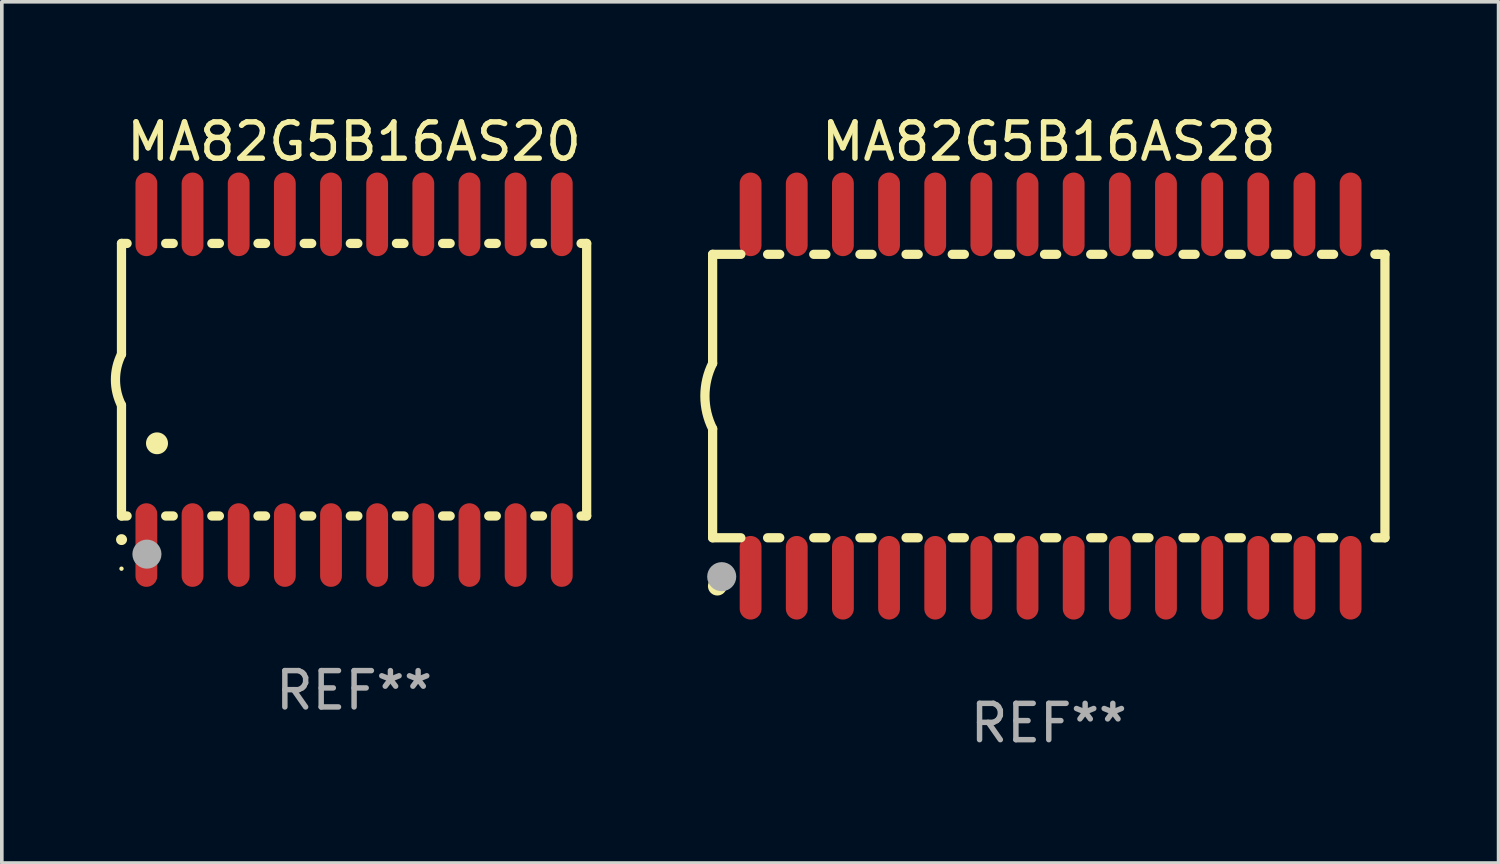
<source format=kicad_pcb>
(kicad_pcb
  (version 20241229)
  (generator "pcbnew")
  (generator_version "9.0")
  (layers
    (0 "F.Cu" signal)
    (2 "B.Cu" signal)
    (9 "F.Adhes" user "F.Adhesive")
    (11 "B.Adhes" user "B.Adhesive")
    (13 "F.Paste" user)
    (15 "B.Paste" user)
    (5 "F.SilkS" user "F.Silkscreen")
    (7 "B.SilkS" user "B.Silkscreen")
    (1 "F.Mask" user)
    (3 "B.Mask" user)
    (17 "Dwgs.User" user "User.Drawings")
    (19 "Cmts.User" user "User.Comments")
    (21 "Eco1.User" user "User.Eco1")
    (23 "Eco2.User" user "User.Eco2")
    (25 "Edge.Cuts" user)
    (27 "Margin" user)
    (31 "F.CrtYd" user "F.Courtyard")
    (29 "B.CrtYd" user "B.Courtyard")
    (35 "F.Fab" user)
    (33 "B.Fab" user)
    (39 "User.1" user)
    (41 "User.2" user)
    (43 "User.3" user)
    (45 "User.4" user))
  (footprint "MA82G5B16AS20"
    (layer "F.Cu")
    (at 6.693 7.398)
    (property "Reference" "MA82G5B16AS20" (at 0 -6.55 0) (layer "F.SilkS") (effects (font (size 1 1) (thickness 0.15))))
    (attr through_hole)
    (fp_line (start -6.4 -3.75) (end -6.4 -0.7) (stroke (width 0.254) (type solid)) (layer "F.SilkS"))
    (fp_line (start -6.4 -3.75) (end -6.246 -3.75) (stroke (width 0.254) (type solid)) (layer "F.SilkS"))
    (fp_line (start -6.4 3.75) (end -6.4 0.7) (stroke (width 0.254) (type solid)) (layer "F.SilkS"))
    (fp_line (start -6.246 3.75) (end -6.4 3.75) (stroke (width 0.254) (type solid)) (layer "F.SilkS"))
    (fp_line (start -5.184 -3.75) (end -4.976 -3.75) (stroke (width 0.254) (type solid)) (layer "F.SilkS"))
    (fp_line (start -4.976 3.75) (end -5.184 3.75) (stroke (width 0.254) (type solid)) (layer "F.SilkS"))
    (fp_line (start -3.914 -3.75) (end -3.706 -3.75) (stroke (width 0.254) (type solid)) (layer "F.SilkS"))
    (fp_line (start -3.706 3.75) (end -3.914 3.75) (stroke (width 0.254) (type solid)) (layer "F.SilkS"))
    (fp_line (start -2.644 -3.75) (end -2.436 -3.75) (stroke (width 0.254) (type solid)) (layer "F.SilkS"))
    (fp_line (start -2.436 3.75) (end -2.644 3.75) (stroke (width 0.254) (type solid)) (layer "F.SilkS"))
    (fp_line (start -1.374 -3.75) (end -1.166 -3.75) (stroke (width 0.254) (type solid)) (layer "F.SilkS"))
    (fp_line (start -1.166 3.75) (end -1.374 3.75) (stroke (width 0.254) (type solid)) (layer "F.SilkS"))
    (fp_line (start -0.104 -3.75) (end 0.104 -3.75) (stroke (width 0.254) (type solid)) (layer "F.SilkS"))
    (fp_line (start 0.104 3.75) (end -0.104 3.75) (stroke (width 0.254) (type solid)) (layer "F.SilkS"))
    (fp_line (start 1.166 -3.75) (end 1.374 -3.75) (stroke (width 0.254) (type solid)) (layer "F.SilkS"))
    (fp_line (start 1.374 3.75) (end 1.166 3.75) (stroke (width 0.254) (type solid)) (layer "F.SilkS"))
    (fp_line (start 2.436 -3.75) (end 2.644 -3.75) (stroke (width 0.254) (type solid)) (layer "F.SilkS"))
    (fp_line (start 2.644 3.75) (end 2.436 3.75) (stroke (width 0.254) (type solid)) (layer "F.SilkS"))
    (fp_line (start 3.706 -3.75) (end 3.914 -3.75) (stroke (width 0.254) (type solid)) (layer "F.SilkS"))
    (fp_line (start 3.914 3.75) (end 3.706 3.75) (stroke (width 0.254) (type solid)) (layer "F.SilkS"))
    (fp_line (start 4.976 -3.75) (end 5.184 -3.75) (stroke (width 0.254) (type solid)) (layer "F.SilkS"))
    (fp_line (start 5.184 3.75) (end 4.976 3.75) (stroke (width 0.254) (type solid)) (layer "F.SilkS"))
    (fp_line (start 6.246 -3.75) (end 6.4 -3.75) (stroke (width 0.254) (type solid)) (layer "F.SilkS"))
    (fp_line (start 6.4 -3.75) (end 6.4 3.75) (stroke (width 0.254) (type solid)) (layer "F.SilkS"))
    (fp_line (start 6.4 3.75) (end 6.246 3.75) (stroke (width 0.254) (type solid)) (layer "F.SilkS"))
    (fp_arc (start -6.400812 0.701041) (mid -6.565912 0.000428) (end -6.400025 -0.7) (stroke (width 0.254001) (type solid)) (layer "F.SilkS"))
    (fp_arc (start -6.400025 4.4) (mid -6.398755 4.399995) (end -6.397485 4.4) (stroke (width 0.3) (type solid)) (layer "F.SilkS"))
    (fp_arc (start -5.425451 1.750064) (mid -5.422911 1.750053) (end -5.420371 1.750064) (stroke (width 0.6) (type solid)) (layer "F.SilkS"))
    (fp_circle (center -6.4 5.2) (end -6.37 5.2) (stroke (width 0.06) (type solid)) (fill no) (layer "F.SilkS"))
    (fp_circle (center -5.7 4.8) (end -5.5 4.8) (stroke (width 0.4) (type solid)) (fill no) (layer "F.Fab"))
    (fp_text user "REF**" (at 0 8.55 0) (layer "F.Fab") (effects (font (size 1 1) (thickness 0.15))))
    (pad "1" smd oval (at -5.715 4.55 180) (size 0.6 2.3) (layers "F.Cu" "F.Mask" "F.Paste"))
    (pad "2" smd oval (at -4.445 4.55 180) (size 0.6 2.3) (layers "F.Cu" "F.Mask" "F.Paste"))
    (pad "3" smd oval (at -3.175 4.55 180) (size 0.6 2.3) (layers "F.Cu" "F.Mask" "F.Paste"))
    (pad "4" smd oval (at -1.905 4.55 180) (size 0.6 2.3) (layers "F.Cu" "F.Mask" "F.Paste"))
    (pad "5" smd oval (at -0.635 4.55 180) (size 0.6 2.3) (layers "F.Cu" "F.Mask" "F.Paste"))
    (pad "6" smd oval (at 0.635 4.55 180) (size 0.6 2.3) (layers "F.Cu" "F.Mask" "F.Paste"))
    (pad "7" smd oval (at 1.905 4.55 180) (size 0.6 2.3) (layers "F.Cu" "F.Mask" "F.Paste"))
    (pad "8" smd oval (at 3.175 4.55 180) (size 0.6 2.3) (layers "F.Cu" "F.Mask" "F.Paste"))
    (pad "9" smd oval (at 4.445 4.55 180) (size 0.6 2.3) (layers "F.Cu" "F.Mask" "F.Paste"))
    (pad "10" smd oval (at 5.715 4.55 180) (size 0.6 2.3) (layers "F.Cu" "F.Mask" "F.Paste"))
    (pad "11" smd oval (at 5.715 -4.55 180) (size 0.6 2.3) (layers "F.Cu" "F.Mask" "F.Paste"))
    (pad "12" smd oval (at 4.445 -4.55 180) (size 0.6 2.3) (layers "F.Cu" "F.Mask" "F.Paste"))
    (pad "13" smd oval (at 3.175 -4.55 180) (size 0.6 2.3) (layers "F.Cu" "F.Mask" "F.Paste"))
    (pad "14" smd oval (at 1.905 -4.55 180) (size 0.6 2.3) (layers "F.Cu" "F.Mask" "F.Paste"))
    (pad "15" smd oval (at 0.635 -4.55 180) (size 0.6 2.3) (layers "F.Cu" "F.Mask" "F.Paste"))
    (pad "16" smd oval (at -0.635 -4.55 180) (size 0.6 2.3) (layers "F.Cu" "F.Mask" "F.Paste"))
    (pad "17" smd oval (at -1.905 -4.55 180) (size 0.6 2.3) (layers "F.Cu" "F.Mask" "F.Paste"))
    (pad "18" smd oval (at -3.175 -4.55 180) (size 0.6 2.3) (layers "F.Cu" "F.Mask" "F.Paste"))
    (pad "19" smd oval (at -4.445 -4.55 180) (size 0.6 2.3) (layers "F.Cu" "F.Mask" "F.Paste"))
    (pad "20" smd oval (at -5.715 -4.55 180) (size 0.6 2.3) (layers "F.Cu" "F.Mask" "F.Paste")))
  (footprint "MA82G5B16AS28"
    (layer "F.Cu")
    (at 25.809 7.848)
    (property "Reference" "MA82G5B16AS28" (at 0 -7 0) (layer "F.SilkS") (effects (font (size 1 1) (thickness 0.15))))
    (attr through_hole)
    (fp_line (start -9.25 -3.9) (end -9.25 -0.9) (stroke (width 0.254) (type solid)) (layer "F.SilkS"))
    (fp_line (start -9.25 -3.9) (end -8.473 -3.9) (stroke (width 0.254) (type solid)) (layer "F.SilkS"))
    (fp_line (start -9.25 3.9) (end -9.25 0.9) (stroke (width 0.254) (type solid)) (layer "F.SilkS"))
    (fp_line (start -9.25 3.9) (end -8.473 3.9) (stroke (width 0.254) (type solid)) (layer "F.SilkS"))
    (fp_line (start -7.737 -3.9) (end -7.403 -3.9) (stroke (width 0.254) (type solid)) (layer "F.SilkS"))
    (fp_line (start -7.737 3.9) (end -7.403 3.9) (stroke (width 0.254) (type solid)) (layer "F.SilkS"))
    (fp_line (start -6.467 3.9) (end -6.133 3.9) (stroke (width 0.254) (type solid)) (layer "F.SilkS"))
    (fp_line (start -6.467 -3.9) (end -6.133 -3.9) (stroke (width 0.254) (type solid)) (layer "F.SilkS"))
    (fp_line (start -5.197 3.9) (end -4.863 3.9) (stroke (width 0.254) (type solid)) (layer "F.SilkS"))
    (fp_line (start -5.197 -3.9) (end -4.863 -3.9) (stroke (width 0.254) (type solid)) (layer "F.SilkS"))
    (fp_line (start -3.927 3.9) (end -3.593 3.9) (stroke (width 0.254) (type solid)) (layer "F.SilkS"))
    (fp_line (start -3.927 -3.9) (end -3.593 -3.9) (stroke (width 0.254) (type solid)) (layer "F.SilkS"))
    (fp_line (start -2.657 3.9) (end -2.323 3.9) (stroke (width 0.254) (type solid)) (layer "F.SilkS"))
    (fp_line (start -2.657 -3.9) (end -2.323 -3.9) (stroke (width 0.254) (type solid)) (layer "F.SilkS"))
    (fp_line (start -1.387 3.9) (end -1.053 3.9) (stroke (width 0.254) (type solid)) (layer "F.SilkS"))
    (fp_line (start -1.387 -3.9) (end -1.053 -3.9) (stroke (width 0.254) (type solid)) (layer "F.SilkS"))
    (fp_line (start -0.117 3.9) (end 0.217 3.9) (stroke (width 0.254) (type solid)) (layer "F.SilkS"))
    (fp_line (start -0.117 -3.9) (end 0.217 -3.9) (stroke (width 0.254) (type solid)) (layer "F.SilkS"))
    (fp_line (start 1.153 3.9) (end 1.487 3.9) (stroke (width 0.254) (type solid)) (layer "F.SilkS"))
    (fp_line (start 1.153 -3.9) (end 1.487 -3.9) (stroke (width 0.254) (type solid)) (layer "F.SilkS"))
    (fp_line (start 2.423 3.9) (end 2.757 3.9) (stroke (width 0.254) (type solid)) (layer "F.SilkS"))
    (fp_line (start 2.423 -3.9) (end 2.757 -3.9) (stroke (width 0.254) (type solid)) (layer "F.SilkS"))
    (fp_line (start 3.693 3.9) (end 4.027 3.9) (stroke (width 0.254) (type solid)) (layer "F.SilkS"))
    (fp_line (start 3.693 -3.9) (end 4.027 -3.9) (stroke (width 0.254) (type solid)) (layer "F.SilkS"))
    (fp_line (start 4.963 3.9) (end 5.297 3.9) (stroke (width 0.254) (type solid)) (layer "F.SilkS"))
    (fp_line (start 4.963 -3.9) (end 5.297 -3.9) (stroke (width 0.254) (type solid)) (layer "F.SilkS"))
    (fp_line (start 6.233 3.9) (end 6.567 3.9) (stroke (width 0.254) (type solid)) (layer "F.SilkS"))
    (fp_line (start 6.233 -3.9) (end 6.567 -3.9) (stroke (width 0.254) (type solid)) (layer "F.SilkS"))
    (fp_line (start 7.503 -3.9) (end 7.837 -3.9) (stroke (width 0.254) (type solid)) (layer "F.SilkS"))
    (fp_line (start 7.503 3.9) (end 7.837 3.9) (stroke (width 0.254) (type solid)) (layer "F.SilkS"))
    (fp_line (start 8.973 -3.9) (end 9.05 -3.9) (stroke (width 0.254) (type solid)) (layer "F.SilkS"))
    (fp_line (start 8.973 3.9) (end 9.25 3.9) (stroke (width 0.254) (type solid)) (layer "F.SilkS"))
    (fp_line (start 9.05 -3.9) (end 9.25 -3.9) (stroke (width 0.254) (type solid)) (layer "F.SilkS"))
    (fp_line (start 9.25 -3.9) (end 9.25 3.9) (stroke (width 0.254) (type solid)) (layer "F.SilkS"))
    (fp_arc (start -9.249619 0.900432) (mid -9.462013 0.000246) (end -9.249873 -0.9) (stroke (width 0.254001) (type solid)) (layer "F.SilkS"))
    (fp_circle (center -9.2 5.3) (end -9.17 5.3) (stroke (width 0.06) (type solid)) (fill no) (layer "F.SilkS"))
    (fp_circle (center -9.12 5.23) (end -8.988 5.23) (stroke (width 0.254) (type solid)) (fill no) (layer "F.SilkS"))
    (fp_circle (center -9 4.97) (end -8.8 4.97) (stroke (width 0.4) (type solid)) (fill no) (layer "F.Fab"))
    (fp_text user "REF**" (at 0 9 0) (layer "F.Fab") (effects (font (size 1 1) (thickness 0.15))))
    (pad "1" smd oval (at -8.205 5) (size 0.6 2.3) (layers "F.Cu" "F.Mask" "F.Paste"))
    (pad "2" smd oval (at -6.935 5) (size 0.6 2.3) (layers "F.Cu" "F.Mask" "F.Paste"))
    (pad "3" smd oval (at -5.665 5) (size 0.6 2.3) (layers "F.Cu" "F.Mask" "F.Paste"))
    (pad "4" smd oval (at -4.395 5) (size 0.6 2.3) (layers "F.Cu" "F.Mask" "F.Paste"))
    (pad "5" smd oval (at -3.125 5) (size 0.6 2.3) (layers "F.Cu" "F.Mask" "F.Paste"))
    (pad "6" smd oval (at -1.855 5) (size 0.6 2.3) (layers "F.Cu" "F.Mask" "F.Paste"))
    (pad "7" smd oval (at -0.585 5) (size 0.6 2.3) (layers "F.Cu" "F.Mask" "F.Paste"))
    (pad "8" smd oval (at 0.685 5) (size 0.6 2.3) (layers "F.Cu" "F.Mask" "F.Paste"))
    (pad "9" smd oval (at 1.955 5) (size 0.6 2.3) (layers "F.Cu" "F.Mask" "F.Paste"))
    (pad "10" smd oval (at 3.225 5) (size 0.6 2.3) (layers "F.Cu" "F.Mask" "F.Paste"))
    (pad "11" smd oval (at 4.495 5) (size 0.6 2.3) (layers "F.Cu" "F.Mask" "F.Paste"))
    (pad "12" smd oval (at 5.765 5) (size 0.6 2.3) (layers "F.Cu" "F.Mask" "F.Paste"))
    (pad "13" smd oval (at 7.035 5) (size 0.6 2.3) (layers "F.Cu" "F.Mask" "F.Paste"))
    (pad "14" smd oval (at 8.305 5) (size 0.6 2.3) (layers "F.Cu" "F.Mask" "F.Paste"))
    (pad "15" smd oval (at 8.305 -5) (size 0.6 2.3) (layers "F.Cu" "F.Mask" "F.Paste"))
    (pad "16" smd oval (at 7.035 -5) (size 0.6 2.3) (layers "F.Cu" "F.Mask" "F.Paste"))
    (pad "17" smd oval (at 5.765 -5) (size 0.6 2.3) (layers "F.Cu" "F.Mask" "F.Paste"))
    (pad "18" smd oval (at 4.495 -5) (size 0.6 2.3) (layers "F.Cu" "F.Mask" "F.Paste"))
    (pad "19" smd oval (at 3.225 -5) (size 0.6 2.3) (layers "F.Cu" "F.Mask" "F.Paste"))
    (pad "20" smd oval (at 1.955 -5) (size 0.6 2.3) (layers "F.Cu" "F.Mask" "F.Paste"))
    (pad "21" smd oval (at 0.685 -5) (size 0.6 2.3) (layers "F.Cu" "F.Mask" "F.Paste"))
    (pad "22" smd oval (at -0.585 -5) (size 0.6 2.3) (layers "F.Cu" "F.Mask" "F.Paste"))
    (pad "23" smd oval (at -1.855 -5) (size 0.6 2.3) (layers "F.Cu" "F.Mask" "F.Paste"))
    (pad "24" smd oval (at -3.125 -5) (size 0.6 2.3) (layers "F.Cu" "F.Mask" "F.Paste"))
    (pad "25" smd oval (at -4.395 -5) (size 0.6 2.3) (layers "F.Cu" "F.Mask" "F.Paste"))
    (pad "26" smd oval (at -5.665 -5) (size 0.6 2.3) (layers "F.Cu" "F.Mask" "F.Paste"))
    (pad "27" smd oval (at -6.935 -5) (size 0.6 2.3) (layers "F.Cu" "F.Mask" "F.Paste"))
    (pad "28" smd oval (at -8.205 -5) (size 0.6 2.3) (layers "F.Cu" "F.Mask" "F.Paste")))
  (gr_rect
    (start -3 -3)
    (end 38.186 20.697)
    (stroke (width 0.1) (type default))
    (fill no)
    (layer "Edge.Cuts")))
</source>
